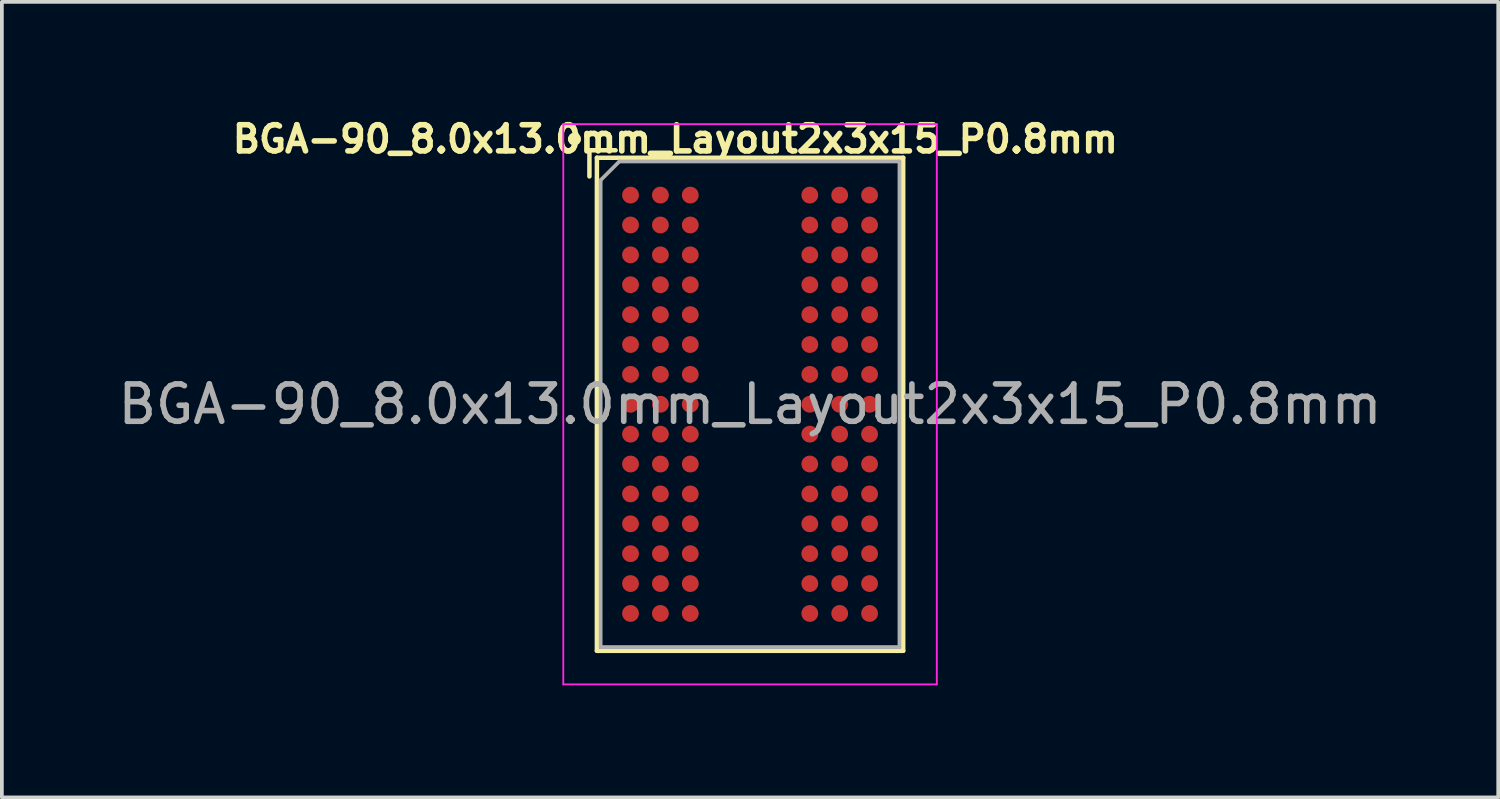
<source format=kicad_pcb>
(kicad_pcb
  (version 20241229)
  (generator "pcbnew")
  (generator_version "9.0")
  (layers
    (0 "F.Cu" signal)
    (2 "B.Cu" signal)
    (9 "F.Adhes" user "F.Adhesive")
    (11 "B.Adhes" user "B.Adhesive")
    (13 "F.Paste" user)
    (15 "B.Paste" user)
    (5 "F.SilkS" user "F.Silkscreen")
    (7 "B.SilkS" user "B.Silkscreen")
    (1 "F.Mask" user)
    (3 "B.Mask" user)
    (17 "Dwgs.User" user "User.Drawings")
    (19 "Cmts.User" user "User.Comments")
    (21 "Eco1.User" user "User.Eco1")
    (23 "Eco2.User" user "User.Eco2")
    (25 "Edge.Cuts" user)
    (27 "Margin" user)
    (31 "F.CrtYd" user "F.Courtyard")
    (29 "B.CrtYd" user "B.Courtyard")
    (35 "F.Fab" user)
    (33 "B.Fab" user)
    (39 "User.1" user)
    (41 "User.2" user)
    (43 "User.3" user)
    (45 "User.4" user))
  (footprint "BGA-90_8.0x13.0mm_Layout2x3x15_P0.8mm"
    (layer "F.Cu")
    (at 17.03 7.773)
    (property "Reference" "BGA-90_8.0x13.0mm_Layout2x3x15_P0.8mm" (at -2 -7.1 0) (layer "F.SilkS") (effects (font (size 0.7 0.7) (thickness 0.15))))
    (attr smd)
    (fp_line (start -4.8 -7.1) (end -4.7 -7.1) (stroke (width 0.15) (type solid)) (layer "F.SilkS"))
    (fp_line (start -4.3 -6.8) (end -3.6 -6.8) (stroke (width 0.12) (type solid)) (layer "F.SilkS"))
    (fp_line (start -4.3 -6.1) (end -4.3 -6.8) (stroke (width 0.12) (type solid)) (layer "F.SilkS"))
    (fp_line (start -4.1 -6.6) (end -4.1 6.6) (stroke (width 0.12) (type solid)) (layer "F.SilkS"))
    (fp_line (start -4.1 6.6) (end 4.1 6.6) (stroke (width 0.12) (type solid)) (layer "F.SilkS"))
    (fp_line (start 4.1 -6.6) (end -4.1 -6.6) (stroke (width 0.12) (type solid)) (layer "F.SilkS"))
    (fp_line (start 4.1 6.6) (end 4.1 -6.6) (stroke (width 0.12) (type solid)) (layer "F.SilkS"))
    (fp_circle (center -4.7 -7.1) (end -4.6 -7.1) (stroke (width 0.15) (type solid)) (fill no) (layer "F.SilkS"))
    (fp_line (start -5 -7.5) (end -5 7.5) (stroke (width 0.05) (type solid)) (layer "F.CrtYd"))
    (fp_line (start -5 -7.5) (end 5 -7.5) (stroke (width 0.05) (type solid)) (layer "F.CrtYd"))
    (fp_line (start 5 7.5) (end -5 7.5) (stroke (width 0.05) (type solid)) (layer "F.CrtYd"))
    (fp_line (start 5 7.5) (end 5 -7.5) (stroke (width 0.05) (type solid)) (layer "F.CrtYd"))
    (fp_line (start -4 -6) (end -4 6.5) (stroke (width 0.1) (type solid)) (layer "F.Fab"))
    (fp_line (start -4 6.5) (end 4 6.5) (stroke (width 0.1) (type solid)) (layer "F.Fab"))
    (fp_line (start -3.5 -6.5) (end -4 -6) (stroke (width 0.1) (type solid)) (layer "F.Fab"))
    (fp_line (start 4 -6.5) (end -3.5 -6.5) (stroke (width 0.1) (type solid)) (layer "F.Fab"))
    (fp_line (start 4 6.5) (end 4 -6.5) (stroke (width 0.1) (type solid)) (layer "F.Fab"))
    (fp_text user "${REFERENCE}" (at 0 0 0) (layer "F.Fab") (effects (font (size 1 1) (thickness 0.15))))
    (pad "A1" smd circle (at -3.2 -5.6) (size 0.45 0.45) (layers "F.Cu" "F.Mask" "F.Paste"))
    (pad "A2" smd circle (at -2.4 -5.6) (size 0.45 0.45) (layers "F.Cu" "F.Mask" "F.Paste"))
    (pad "A3" smd circle (at -1.6 -5.6) (size 0.45 0.45) (layers "F.Cu" "F.Mask" "F.Paste"))
    (pad "A7" smd circle (at 1.6 -5.6) (size 0.45 0.45) (layers "F.Cu" "F.Mask" "F.Paste"))
    (pad "A8" smd circle (at 2.4 -5.6) (size 0.45 0.45) (layers "F.Cu" "F.Mask" "F.Paste"))
    (pad "A9" smd circle (at 3.2 -5.6) (size 0.45 0.45) (layers "F.Cu" "F.Mask" "F.Paste"))
    (pad "B1" smd circle (at -3.2 -4.8) (size 0.45 0.45) (layers "F.Cu" "F.Mask" "F.Paste"))
    (pad "B2" smd circle (at -2.4 -4.8) (size 0.45 0.45) (layers "F.Cu" "F.Mask" "F.Paste"))
    (pad "B3" smd circle (at -1.6 -4.8) (size 0.45 0.45) (layers "F.Cu" "F.Mask" "F.Paste"))
    (pad "B7" smd circle (at 1.6 -4.8) (size 0.45 0.45) (layers "F.Cu" "F.Mask" "F.Paste"))
    (pad "B8" smd circle (at 2.4 -4.8) (size 0.45 0.45) (layers "F.Cu" "F.Mask" "F.Paste"))
    (pad "B9" smd circle (at 3.2 -4.8) (size 0.45 0.45) (layers "F.Cu" "F.Mask" "F.Paste"))
    (pad "C1" smd circle (at -3.2 -4) (size 0.45 0.45) (layers "F.Cu" "F.Mask" "F.Paste"))
    (pad "C2" smd circle (at -2.4 -4) (size 0.45 0.45) (layers "F.Cu" "F.Mask" "F.Paste"))
    (pad "C3" smd circle (at -1.6 -4) (size 0.45 0.45) (layers "F.Cu" "F.Mask" "F.Paste"))
    (pad "C7" smd circle (at 1.6 -4) (size 0.45 0.45) (layers "F.Cu" "F.Mask" "F.Paste"))
    (pad "C8" smd circle (at 2.4 -4) (size 0.45 0.45) (layers "F.Cu" "F.Mask" "F.Paste"))
    (pad "C9" smd circle (at 3.2 -4) (size 0.45 0.45) (layers "F.Cu" "F.Mask" "F.Paste"))
    (pad "D1" smd circle (at -3.2 -3.2) (size 0.45 0.45) (layers "F.Cu" "F.Mask" "F.Paste"))
    (pad "D2" smd circle (at -2.4 -3.2) (size 0.45 0.45) (layers "F.Cu" "F.Mask" "F.Paste"))
    (pad "D3" smd circle (at -1.6 -3.2) (size 0.45 0.45) (layers "F.Cu" "F.Mask" "F.Paste"))
    (pad "D7" smd circle (at 1.6 -3.2) (size 0.45 0.45) (layers "F.Cu" "F.Mask" "F.Paste"))
    (pad "D8" smd circle (at 2.4 -3.2) (size 0.45 0.45) (layers "F.Cu" "F.Mask" "F.Paste"))
    (pad "D9" smd circle (at 3.2 -3.2) (size 0.45 0.45) (layers "F.Cu" "F.Mask" "F.Paste"))
    (pad "E1" smd circle (at -3.2 -2.4) (size 0.45 0.45) (layers "F.Cu" "F.Mask" "F.Paste"))
    (pad "E2" smd circle (at -2.4 -2.4) (size 0.45 0.45) (layers "F.Cu" "F.Mask" "F.Paste"))
    (pad "E3" smd circle (at -1.6 -2.4) (size 0.45 0.45) (layers "F.Cu" "F.Mask" "F.Paste"))
    (pad "E7" smd circle (at 1.6 -2.4) (size 0.45 0.45) (layers "F.Cu" "F.Mask" "F.Paste"))
    (pad "E8" smd circle (at 2.4 -2.4) (size 0.45 0.45) (layers "F.Cu" "F.Mask" "F.Paste"))
    (pad "E9" smd circle (at 3.2 -2.4) (size 0.45 0.45) (layers "F.Cu" "F.Mask" "F.Paste"))
    (pad "F1" smd circle (at -3.2 -1.6) (size 0.45 0.45) (layers "F.Cu" "F.Mask" "F.Paste"))
    (pad "F2" smd circle (at -2.4 -1.6) (size 0.45 0.45) (layers "F.Cu" "F.Mask" "F.Paste"))
    (pad "F3" smd circle (at -1.6 -1.6) (size 0.45 0.45) (layers "F.Cu" "F.Mask" "F.Paste"))
    (pad "F7" smd circle (at 1.6 -1.6) (size 0.45 0.45) (layers "F.Cu" "F.Mask" "F.Paste"))
    (pad "F8" smd circle (at 2.4 -1.6) (size 0.45 0.45) (layers "F.Cu" "F.Mask" "F.Paste"))
    (pad "F9" smd circle (at 3.2 -1.6) (size 0.45 0.45) (layers "F.Cu" "F.Mask" "F.Paste"))
    (pad "G1" smd circle (at -3.2 -0.8) (size 0.45 0.45) (layers "F.Cu" "F.Mask" "F.Paste"))
    (pad "G2" smd circle (at -2.4 -0.8) (size 0.45 0.45) (layers "F.Cu" "F.Mask" "F.Paste"))
    (pad "G3" smd circle (at -1.6 -0.8) (size 0.45 0.45) (layers "F.Cu" "F.Mask" "F.Paste"))
    (pad "G7" smd circle (at 1.6 -0.8) (size 0.45 0.45) (layers "F.Cu" "F.Mask" "F.Paste"))
    (pad "G8" smd circle (at 2.4 -0.8) (size 0.45 0.45) (layers "F.Cu" "F.Mask" "F.Paste"))
    (pad "G9" smd circle (at 3.2 -0.8) (size 0.45 0.45) (layers "F.Cu" "F.Mask" "F.Paste"))
    (pad "H1" smd circle (at -3.2 0) (size 0.45 0.45) (layers "F.Cu" "F.Mask" "F.Paste"))
    (pad "H2" smd circle (at -2.4 0) (size 0.45 0.45) (layers "F.Cu" "F.Mask" "F.Paste"))
    (pad "H3" smd circle (at -1.6 0) (size 0.45 0.45) (layers "F.Cu" "F.Mask" "F.Paste"))
    (pad "H7" smd circle (at 1.6 0) (size 0.45 0.45) (layers "F.Cu" "F.Mask" "F.Paste"))
    (pad "H8" smd circle (at 2.4 0) (size 0.45 0.45) (layers "F.Cu" "F.Mask" "F.Paste"))
    (pad "H9" smd circle (at 3.2 0) (size 0.45 0.45) (layers "F.Cu" "F.Mask" "F.Paste"))
    (pad "J1" smd circle (at -3.2 0.8) (size 0.45 0.45) (layers "F.Cu" "F.Mask" "F.Paste"))
    (pad "J2" smd circle (at -2.4 0.8) (size 0.45 0.45) (layers "F.Cu" "F.Mask" "F.Paste"))
    (pad "J3" smd circle (at -1.6 0.8) (size 0.45 0.45) (layers "F.Cu" "F.Mask" "F.Paste"))
    (pad "J7" smd circle (at 1.6 0.8) (size 0.45 0.45) (layers "F.Cu" "F.Mask" "F.Paste"))
    (pad "J8" smd circle (at 2.4 0.8) (size 0.45 0.45) (layers "F.Cu" "F.Mask" "F.Paste"))
    (pad "J9" smd circle (at 3.2 0.8) (size 0.45 0.45) (layers "F.Cu" "F.Mask" "F.Paste"))
    (pad "K1" smd circle (at -3.2 1.6) (size 0.45 0.45) (layers "F.Cu" "F.Mask" "F.Paste"))
    (pad "K2" smd circle (at -2.4 1.6) (size 0.45 0.45) (layers "F.Cu" "F.Mask" "F.Paste"))
    (pad "K3" smd circle (at -1.6 1.6) (size 0.45 0.45) (layers "F.Cu" "F.Mask" "F.Paste"))
    (pad "K7" smd circle (at 1.6 1.6) (size 0.45 0.45) (layers "F.Cu" "F.Mask" "F.Paste"))
    (pad "K8" smd circle (at 2.4 1.6) (size 0.45 0.45) (layers "F.Cu" "F.Mask" "F.Paste"))
    (pad "K9" smd circle (at 3.2 1.6) (size 0.45 0.45) (layers "F.Cu" "F.Mask" "F.Paste"))
    (pad "L1" smd circle (at -3.2 2.4) (size 0.45 0.45) (layers "F.Cu" "F.Mask" "F.Paste"))
    (pad "L2" smd circle (at -2.4 2.4) (size 0.45 0.45) (layers "F.Cu" "F.Mask" "F.Paste"))
    (pad "L3" smd circle (at -1.6 2.4) (size 0.45 0.45) (layers "F.Cu" "F.Mask" "F.Paste"))
    (pad "L7" smd circle (at 1.6 2.4) (size 0.45 0.45) (layers "F.Cu" "F.Mask" "F.Paste"))
    (pad "L8" smd circle (at 2.4 2.4) (size 0.45 0.45) (layers "F.Cu" "F.Mask" "F.Paste"))
    (pad "L9" smd circle (at 3.2 2.4) (size 0.45 0.45) (layers "F.Cu" "F.Mask" "F.Paste"))
    (pad "M1" smd circle (at -3.2 3.2) (size 0.45 0.45) (layers "F.Cu" "F.Mask" "F.Paste"))
    (pad "M2" smd circle (at -2.4 3.2) (size 0.45 0.45) (layers "F.Cu" "F.Mask" "F.Paste"))
    (pad "M3" smd circle (at -1.6 3.2) (size 0.45 0.45) (layers "F.Cu" "F.Mask" "F.Paste"))
    (pad "M7" smd circle (at 1.6 3.2) (size 0.45 0.45) (layers "F.Cu" "F.Mask" "F.Paste"))
    (pad "M8" smd circle (at 2.4 3.2) (size 0.45 0.45) (layers "F.Cu" "F.Mask" "F.Paste"))
    (pad "M9" smd circle (at 3.2 3.2) (size 0.45 0.45) (layers "F.Cu" "F.Mask" "F.Paste"))
    (pad "N1" smd circle (at -3.2 4) (size 0.45 0.45) (layers "F.Cu" "F.Mask" "F.Paste"))
    (pad "N2" smd circle (at -2.4 4) (size 0.45 0.45) (layers "F.Cu" "F.Mask" "F.Paste"))
    (pad "N3" smd circle (at -1.6 4) (size 0.45 0.45) (layers "F.Cu" "F.Mask" "F.Paste"))
    (pad "N7" smd circle (at 1.6 4) (size 0.45 0.45) (layers "F.Cu" "F.Mask" "F.Paste"))
    (pad "N8" smd circle (at 2.4 4) (size 0.45 0.45) (layers "F.Cu" "F.Mask" "F.Paste"))
    (pad "N9" smd circle (at 3.2 4) (size 0.45 0.45) (layers "F.Cu" "F.Mask" "F.Paste"))
    (pad "P1" smd circle (at -3.2 4.8) (size 0.45 0.45) (layers "F.Cu" "F.Mask" "F.Paste"))
    (pad "P2" smd circle (at -2.4 4.8) (size 0.45 0.45) (layers "F.Cu" "F.Mask" "F.Paste"))
    (pad "P3" smd circle (at -1.6 4.8) (size 0.45 0.45) (layers "F.Cu" "F.Mask" "F.Paste"))
    (pad "P7" smd circle (at 1.6 4.8) (size 0.45 0.45) (layers "F.Cu" "F.Mask" "F.Paste"))
    (pad "P8" smd circle (at 2.4 4.8) (size 0.45 0.45) (layers "F.Cu" "F.Mask" "F.Paste"))
    (pad "P9" smd circle (at 3.2 4.8) (size 0.45 0.45) (layers "F.Cu" "F.Mask" "F.Paste"))
    (pad "R1" smd circle (at -3.2 5.6) (size 0.45 0.45) (layers "F.Cu" "F.Mask" "F.Paste"))
    (pad "R2" smd circle (at -2.4 5.6) (size 0.45 0.45) (layers "F.Cu" "F.Mask" "F.Paste"))
    (pad "R3" smd circle (at -1.6 5.6) (size 0.45 0.45) (layers "F.Cu" "F.Mask" "F.Paste"))
    (pad "R7" smd circle (at 1.6 5.6) (size 0.45 0.45) (layers "F.Cu" "F.Mask" "F.Paste"))
    (pad "R8" smd circle (at 2.4 5.6) (size 0.45 0.45) (layers "F.Cu" "F.Mask" "F.Paste"))
    (pad "R9" smd circle (at 3.2 5.6) (size 0.45 0.45) (layers "F.Cu" "F.Mask" "F.Paste")))
  (gr_rect
    (start -3 -3)
    (end 37.06 18.298)
    (stroke (width 0.1) (type default))
    (fill no)
    (layer "Edge.Cuts")))
</source>
